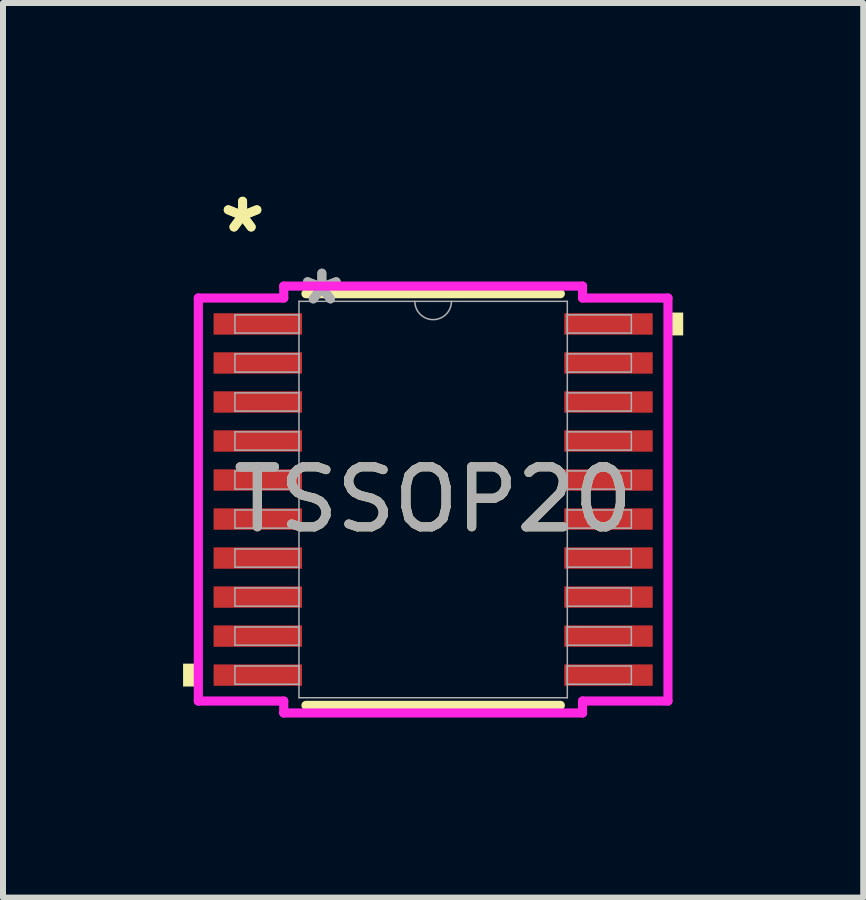
<source format=kicad_pcb>
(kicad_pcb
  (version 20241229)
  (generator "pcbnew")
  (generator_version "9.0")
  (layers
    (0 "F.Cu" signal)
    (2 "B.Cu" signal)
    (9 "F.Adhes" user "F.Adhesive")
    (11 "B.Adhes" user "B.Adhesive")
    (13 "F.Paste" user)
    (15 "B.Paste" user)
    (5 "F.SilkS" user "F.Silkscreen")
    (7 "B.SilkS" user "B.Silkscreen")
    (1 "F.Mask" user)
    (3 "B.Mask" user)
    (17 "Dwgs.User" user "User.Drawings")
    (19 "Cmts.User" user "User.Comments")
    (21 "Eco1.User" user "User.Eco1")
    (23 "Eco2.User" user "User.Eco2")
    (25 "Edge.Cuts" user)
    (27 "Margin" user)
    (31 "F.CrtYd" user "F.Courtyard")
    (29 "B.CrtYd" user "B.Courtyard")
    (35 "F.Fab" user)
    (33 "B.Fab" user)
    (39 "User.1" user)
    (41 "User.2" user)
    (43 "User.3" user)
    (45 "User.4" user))
  (footprint "TSSOP20"
    (layer "F.Cu")
    (at 4.166 5.272)
    (property "Reference" "TSSOP20" (at 0 0 0) (unlocked yes) (layer "F.SilkS") (effects (font (size 1 1) (thickness 0.15))))
    (attr smd)
    (fp_line (start -2.119 3.429) (end 2.119 3.429) (stroke (width 0.152) (type solid)) (layer "F.SilkS"))
    (fp_line (start 2.119 -3.429) (end -2.119 -3.429) (stroke (width 0.152) (type solid)) (layer "F.SilkS"))
    (fp_poly (pts (xy -4.166 2.734) (xy -4.166 3.115) (xy -3.912 3.115) (xy -3.912 2.734)) (stroke (width 0) (type solid)) (fill yes) (layer "F.SilkS"))
    (fp_poly (pts (xy 4.166 -3.115) (xy 4.166 -2.734) (xy 3.912 -2.734) (xy 3.912 -3.115)) (stroke (width 0) (type solid)) (fill yes) (layer "F.SilkS"))
    (fp_line (start -3.912 -3.357) (end -2.489 -3.357) (stroke (width 0.152) (type solid)) (layer "F.CrtYd"))
    (fp_line (start -3.912 3.357) (end -3.912 -3.357) (stroke (width 0.152) (type solid)) (layer "F.CrtYd"))
    (fp_line (start -3.912 3.357) (end -2.489 3.357) (stroke (width 0.152) (type solid)) (layer "F.CrtYd"))
    (fp_line (start -2.489 -3.556) (end 2.489 -3.556) (stroke (width 0.152) (type solid)) (layer "F.CrtYd"))
    (fp_line (start -2.489 -3.357) (end -2.489 -3.556) (stroke (width 0.152) (type solid)) (layer "F.CrtYd"))
    (fp_line (start -2.489 3.556) (end -2.489 3.357) (stroke (width 0.152) (type solid)) (layer "F.CrtYd"))
    (fp_line (start 2.489 -3.556) (end 2.489 -3.357) (stroke (width 0.152) (type solid)) (layer "F.CrtYd"))
    (fp_line (start 2.489 3.357) (end 2.489 3.556) (stroke (width 0.152) (type solid)) (layer "F.CrtYd"))
    (fp_line (start 2.489 3.556) (end -2.489 3.556) (stroke (width 0.152) (type solid)) (layer "F.CrtYd"))
    (fp_line (start 3.912 -3.357) (end 2.489 -3.357) (stroke (width 0.152) (type solid)) (layer "F.CrtYd"))
    (fp_line (start 3.912 -3.357) (end 3.912 3.357) (stroke (width 0.152) (type solid)) (layer "F.CrtYd"))
    (fp_line (start 3.912 3.357) (end 2.489 3.357) (stroke (width 0.152) (type solid)) (layer "F.CrtYd"))
    (fp_line (start -3.302 -3.077) (end -3.302 -2.773) (stroke (width 0.025) (type solid)) (layer "F.Fab"))
    (fp_line (start -3.302 -2.773) (end -2.235 -2.773) (stroke (width 0.025) (type solid)) (layer "F.Fab"))
    (fp_line (start -3.302 -2.427) (end -3.302 -2.123) (stroke (width 0.025) (type solid)) (layer "F.Fab"))
    (fp_line (start -3.302 -2.123) (end -2.235 -2.123) (stroke (width 0.025) (type solid)) (layer "F.Fab"))
    (fp_line (start -3.302 -1.777) (end -3.302 -1.473) (stroke (width 0.025) (type solid)) (layer "F.Fab"))
    (fp_line (start -3.302 -1.473) (end -2.235 -1.473) (stroke (width 0.025) (type solid)) (layer "F.Fab"))
    (fp_line (start -3.302 -1.127) (end -3.302 -0.823) (stroke (width 0.025) (type solid)) (layer "F.Fab"))
    (fp_line (start -3.302 -0.823) (end -2.235 -0.823) (stroke (width 0.025) (type solid)) (layer "F.Fab"))
    (fp_line (start -3.302 -0.477) (end -3.302 -0.173) (stroke (width 0.025) (type solid)) (layer "F.Fab"))
    (fp_line (start -3.302 -0.173) (end -2.235 -0.173) (stroke (width 0.025) (type solid)) (layer "F.Fab"))
    (fp_line (start -3.302 0.173) (end -3.302 0.477) (stroke (width 0.025) (type solid)) (layer "F.Fab"))
    (fp_line (start -3.302 0.477) (end -2.235 0.477) (stroke (width 0.025) (type solid)) (layer "F.Fab"))
    (fp_line (start -3.302 0.823) (end -3.302 1.127) (stroke (width 0.025) (type solid)) (layer "F.Fab"))
    (fp_line (start -3.302 1.127) (end -2.235 1.127) (stroke (width 0.025) (type solid)) (layer "F.Fab"))
    (fp_line (start -3.302 1.473) (end -3.302 1.777) (stroke (width 0.025) (type solid)) (layer "F.Fab"))
    (fp_line (start -3.302 1.777) (end -2.235 1.777) (stroke (width 0.025) (type solid)) (layer "F.Fab"))
    (fp_line (start -3.302 2.123) (end -3.302 2.427) (stroke (width 0.025) (type solid)) (layer "F.Fab"))
    (fp_line (start -3.302 2.427) (end -2.235 2.427) (stroke (width 0.025) (type solid)) (layer "F.Fab"))
    (fp_line (start -3.302 2.773) (end -3.302 3.077) (stroke (width 0.025) (type solid)) (layer "F.Fab"))
    (fp_line (start -3.302 3.077) (end -2.235 3.077) (stroke (width 0.025) (type solid)) (layer "F.Fab"))
    (fp_line (start -2.235 -3.302) (end -2.235 3.302) (stroke (width 0.025) (type solid)) (layer "F.Fab"))
    (fp_line (start -2.235 -3.077) (end -3.302 -3.077) (stroke (width 0.025) (type solid)) (layer "F.Fab"))
    (fp_line (start -2.235 -2.773) (end -2.235 -3.077) (stroke (width 0.025) (type solid)) (layer "F.Fab"))
    (fp_line (start -2.235 -2.427) (end -3.302 -2.427) (stroke (width 0.025) (type solid)) (layer "F.Fab"))
    (fp_line (start -2.235 -2.123) (end -2.235 -2.427) (stroke (width 0.025) (type solid)) (layer "F.Fab"))
    (fp_line (start -2.235 -1.777) (end -3.302 -1.777) (stroke (width 0.025) (type solid)) (layer "F.Fab"))
    (fp_line (start -2.235 -1.473) (end -2.235 -1.777) (stroke (width 0.025) (type solid)) (layer "F.Fab"))
    (fp_line (start -2.235 -1.127) (end -3.302 -1.127) (stroke (width 0.025) (type solid)) (layer "F.Fab"))
    (fp_line (start -2.235 -0.823) (end -2.235 -1.127) (stroke (width 0.025) (type solid)) (layer "F.Fab"))
    (fp_line (start -2.235 -0.477) (end -3.302 -0.477) (stroke (width 0.025) (type solid)) (layer "F.Fab"))
    (fp_line (start -2.235 -0.173) (end -2.235 -0.477) (stroke (width 0.025) (type solid)) (layer "F.Fab"))
    (fp_line (start -2.235 0.173) (end -3.302 0.173) (stroke (width 0.025) (type solid)) (layer "F.Fab"))
    (fp_line (start -2.235 0.477) (end -2.235 0.173) (stroke (width 0.025) (type solid)) (layer "F.Fab"))
    (fp_line (start -2.235 0.823) (end -3.302 0.823) (stroke (width 0.025) (type solid)) (layer "F.Fab"))
    (fp_line (start -2.235 1.127) (end -2.235 0.823) (stroke (width 0.025) (type solid)) (layer "F.Fab"))
    (fp_line (start -2.235 1.473) (end -3.302 1.473) (stroke (width 0.025) (type solid)) (layer "F.Fab"))
    (fp_line (start -2.235 1.777) (end -2.235 1.473) (stroke (width 0.025) (type solid)) (layer "F.Fab"))
    (fp_line (start -2.235 2.123) (end -3.302 2.123) (stroke (width 0.025) (type solid)) (layer "F.Fab"))
    (fp_line (start -2.235 2.427) (end -2.235 2.123) (stroke (width 0.025) (type solid)) (layer "F.Fab"))
    (fp_line (start -2.235 2.773) (end -3.302 2.773) (stroke (width 0.025) (type solid)) (layer "F.Fab"))
    (fp_line (start -2.235 3.077) (end -2.235 2.773) (stroke (width 0.025) (type solid)) (layer "F.Fab"))
    (fp_line (start -2.235 3.302) (end 2.235 3.302) (stroke (width 0.025) (type solid)) (layer "F.Fab"))
    (fp_line (start 2.235 -3.302) (end -2.235 -3.302) (stroke (width 0.025) (type solid)) (layer "F.Fab"))
    (fp_line (start 2.235 -3.077) (end 2.235 -2.773) (stroke (width 0.025) (type solid)) (layer "F.Fab"))
    (fp_line (start 2.235 -2.773) (end 3.302 -2.773) (stroke (width 0.025) (type solid)) (layer "F.Fab"))
    (fp_line (start 2.235 -2.427) (end 2.235 -2.123) (stroke (width 0.025) (type solid)) (layer "F.Fab"))
    (fp_line (start 2.235 -2.123) (end 3.302 -2.123) (stroke (width 0.025) (type solid)) (layer "F.Fab"))
    (fp_line (start 2.235 -1.777) (end 2.235 -1.473) (stroke (width 0.025) (type solid)) (layer "F.Fab"))
    (fp_line (start 2.235 -1.473) (end 3.302 -1.473) (stroke (width 0.025) (type solid)) (layer "F.Fab"))
    (fp_line (start 2.235 -1.127) (end 2.235 -0.823) (stroke (width 0.025) (type solid)) (layer "F.Fab"))
    (fp_line (start 2.235 -0.823) (end 3.302 -0.823) (stroke (width 0.025) (type solid)) (layer "F.Fab"))
    (fp_line (start 2.235 -0.477) (end 2.235 -0.173) (stroke (width 0.025) (type solid)) (layer "F.Fab"))
    (fp_line (start 2.235 -0.173) (end 3.302 -0.173) (stroke (width 0.025) (type solid)) (layer "F.Fab"))
    (fp_line (start 2.235 0.173) (end 2.235 0.477) (stroke (width 0.025) (type solid)) (layer "F.Fab"))
    (fp_line (start 2.235 0.477) (end 3.302 0.477) (stroke (width 0.025) (type solid)) (layer "F.Fab"))
    (fp_line (start 2.235 0.823) (end 2.235 1.127) (stroke (width 0.025) (type solid)) (layer "F.Fab"))
    (fp_line (start 2.235 1.127) (end 3.302 1.127) (stroke (width 0.025) (type solid)) (layer "F.Fab"))
    (fp_line (start 2.235 1.473) (end 2.235 1.777) (stroke (width 0.025) (type solid)) (layer "F.Fab"))
    (fp_line (start 2.235 1.777) (end 3.302 1.777) (stroke (width 0.025) (type solid)) (layer "F.Fab"))
    (fp_line (start 2.235 2.123) (end 2.235 2.427) (stroke (width 0.025) (type solid)) (layer "F.Fab"))
    (fp_line (start 2.235 2.427) (end 3.302 2.427) (stroke (width 0.025) (type solid)) (layer "F.Fab"))
    (fp_line (start 2.235 2.773) (end 2.235 3.077) (stroke (width 0.025) (type solid)) (layer "F.Fab"))
    (fp_line (start 2.235 3.077) (end 3.302 3.077) (stroke (width 0.025) (type solid)) (layer "F.Fab"))
    (fp_line (start 2.235 3.302) (end 2.235 -3.302) (stroke (width 0.025) (type solid)) (layer "F.Fab"))
    (fp_line (start 3.302 -3.077) (end 2.235 -3.077) (stroke (width 0.025) (type solid)) (layer "F.Fab"))
    (fp_line (start 3.302 -2.773) (end 3.302 -3.077) (stroke (width 0.025) (type solid)) (layer "F.Fab"))
    (fp_line (start 3.302 -2.427) (end 2.235 -2.427) (stroke (width 0.025) (type solid)) (layer "F.Fab"))
    (fp_line (start 3.302 -2.123) (end 3.302 -2.427) (stroke (width 0.025) (type solid)) (layer "F.Fab"))
    (fp_line (start 3.302 -1.777) (end 2.235 -1.777) (stroke (width 0.025) (type solid)) (layer "F.Fab"))
    (fp_line (start 3.302 -1.473) (end 3.302 -1.777) (stroke (width 0.025) (type solid)) (layer "F.Fab"))
    (fp_line (start 3.302 -1.127) (end 2.235 -1.127) (stroke (width 0.025) (type solid)) (layer "F.Fab"))
    (fp_line (start 3.302 -0.823) (end 3.302 -1.127) (stroke (width 0.025) (type solid)) (layer "F.Fab"))
    (fp_line (start 3.302 -0.477) (end 2.235 -0.477) (stroke (width 0.025) (type solid)) (layer "F.Fab"))
    (fp_line (start 3.302 -0.173) (end 3.302 -0.477) (stroke (width 0.025) (type solid)) (layer "F.Fab"))
    (fp_line (start 3.302 0.173) (end 2.235 0.173) (stroke (width 0.025) (type solid)) (layer "F.Fab"))
    (fp_line (start 3.302 0.477) (end 3.302 0.173) (stroke (width 0.025) (type solid)) (layer "F.Fab"))
    (fp_line (start 3.302 0.823) (end 2.235 0.823) (stroke (width 0.025) (type solid)) (layer "F.Fab"))
    (fp_line (start 3.302 1.127) (end 3.302 0.823) (stroke (width 0.025) (type solid)) (layer "F.Fab"))
    (fp_line (start 3.302 1.473) (end 2.235 1.473) (stroke (width 0.025) (type solid)) (layer "F.Fab"))
    (fp_line (start 3.302 1.777) (end 3.302 1.473) (stroke (width 0.025) (type solid)) (layer "F.Fab"))
    (fp_line (start 3.302 2.123) (end 2.235 2.123) (stroke (width 0.025) (type solid)) (layer "F.Fab"))
    (fp_line (start 3.302 2.427) (end 3.302 2.123) (stroke (width 0.025) (type solid)) (layer "F.Fab"))
    (fp_line (start 3.302 2.773) (end 2.235 2.773) (stroke (width 0.025) (type solid)) (layer "F.Fab"))
    (fp_line (start 3.302 3.077) (end 3.302 2.773) (stroke (width 0.025) (type solid)) (layer "F.Fab"))
    (fp_arc (start 0.3048 -3.302) (mid 0 -2.9972) (end -0.3048 -3.302) (stroke (width 0.0254) (type solid)) (layer "F.Fab"))
    (fp_text user "*" (at -3.175 -4.424 0) (layer "F.SilkS") (effects (font (size 1 1) (thickness 0.15))))
    (fp_text user "*" (at -3.175 -4.424 0) (unlocked yes) (layer "F.SilkS") (effects (font (size 1 1) (thickness 0.15))))
    (fp_text user "*" (at -1.854 -3.226 0) (unlocked yes) (layer "F.Fab") (effects (font (size 1 1) (thickness 0.15))))
    (fp_text user "*" (at -1.854 -3.226 0) (layer "F.Fab") (effects (font (size 1 1) (thickness 0.15))))
    (fp_text user "${REFERENCE}" (at 0 0 0) (unlocked yes) (layer "F.Fab") (effects (font (size 1 1) (thickness 0.15))))
    (pad "1" smd rect (at -2.921 -2.925) (size 1.473 0.356) (layers "F.Cu" "F.Mask" "F.Paste"))
    (pad "2" smd rect (at -2.921 -2.275) (size 1.473 0.356) (layers "F.Cu" "F.Mask" "F.Paste"))
    (pad "3" smd rect (at -2.921 -1.625) (size 1.473 0.356) (layers "F.Cu" "F.Mask" "F.Paste"))
    (pad "4" smd rect (at -2.921 -0.975) (size 1.473 0.356) (layers "F.Cu" "F.Mask" "F.Paste"))
    (pad "5" smd rect (at -2.921 -0.325) (size 1.473 0.356) (layers "F.Cu" "F.Mask" "F.Paste"))
    (pad "6" smd rect (at -2.921 0.325) (size 1.473 0.356) (layers "F.Cu" "F.Mask" "F.Paste"))
    (pad "7" smd rect (at -2.921 0.975) (size 1.473 0.356) (layers "F.Cu" "F.Mask" "F.Paste"))
    (pad "8" smd rect (at -2.921 1.625) (size 1.473 0.356) (layers "F.Cu" "F.Mask" "F.Paste"))
    (pad "9" smd rect (at -2.921 2.275) (size 1.473 0.356) (layers "F.Cu" "F.Mask" "F.Paste"))
    (pad "10" smd rect (at -2.921 2.925) (size 1.473 0.356) (layers "F.Cu" "F.Mask" "F.Paste"))
    (pad "11" smd rect (at 2.921 2.925) (size 1.473 0.356) (layers "F.Cu" "F.Mask" "F.Paste"))
    (pad "12" smd rect (at 2.921 2.275) (size 1.473 0.356) (layers "F.Cu" "F.Mask" "F.Paste"))
    (pad "13" smd rect (at 2.921 1.625) (size 1.473 0.356) (layers "F.Cu" "F.Mask" "F.Paste"))
    (pad "14" smd rect (at 2.921 0.975) (size 1.473 0.356) (layers "F.Cu" "F.Mask" "F.Paste"))
    (pad "15" smd rect (at 2.921 0.325) (size 1.473 0.356) (layers "F.Cu" "F.Mask" "F.Paste"))
    (pad "16" smd rect (at 2.921 -0.325) (size 1.473 0.356) (layers "F.Cu" "F.Mask" "F.Paste"))
    (pad "17" smd rect (at 2.921 -0.975) (size 1.473 0.356) (layers "F.Cu" "F.Mask" "F.Paste"))
    (pad "18" smd rect (at 2.921 -1.625) (size 1.473 0.356) (layers "F.Cu" "F.Mask" "F.Paste"))
    (pad "19" smd rect (at 2.921 -2.275) (size 1.473 0.356) (layers "F.Cu" "F.Mask" "F.Paste"))
    (pad "20" smd rect (at 2.921 -2.925) (size 1.473 0.356) (layers "F.Cu" "F.Mask" "F.Paste")))
  (gr_rect
    (start -3 -3)
    (end 11.331 11.904)
    (stroke (width 0.1) (type default))
    (fill no)
    (layer "Edge.Cuts")))
</source>
